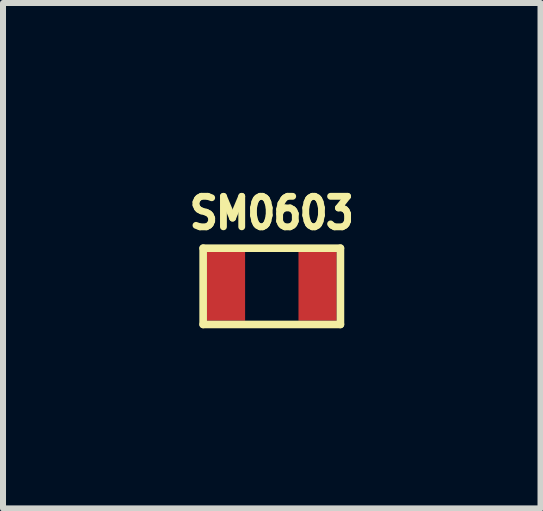
<source format=kicad_pcb>
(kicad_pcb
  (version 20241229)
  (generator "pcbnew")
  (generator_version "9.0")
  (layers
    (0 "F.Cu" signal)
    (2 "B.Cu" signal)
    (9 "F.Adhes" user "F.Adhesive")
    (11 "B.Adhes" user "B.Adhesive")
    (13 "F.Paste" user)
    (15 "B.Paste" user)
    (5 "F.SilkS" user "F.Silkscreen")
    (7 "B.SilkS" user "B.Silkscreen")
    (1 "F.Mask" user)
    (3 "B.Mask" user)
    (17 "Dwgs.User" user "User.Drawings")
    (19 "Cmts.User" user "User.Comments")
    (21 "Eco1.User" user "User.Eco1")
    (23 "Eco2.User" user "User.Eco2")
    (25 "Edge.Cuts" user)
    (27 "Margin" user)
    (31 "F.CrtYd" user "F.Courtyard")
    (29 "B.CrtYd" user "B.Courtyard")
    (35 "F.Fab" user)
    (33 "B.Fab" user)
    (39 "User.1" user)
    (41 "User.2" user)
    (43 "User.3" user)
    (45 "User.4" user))
  (footprint "SM0603"
    (layer "F.Cu")
    (at 1.476 1.718)
    (property "Reference" "SM0603" (at 0 -1.22 0) (layer "F.SilkS") (effects (font (size 0.508 0.457) (thickness 0.114))))
    (attr smd)
    (fp_line (start -1.143 -0.635) (end 1.143 -0.635) (stroke (width 0.127) (type solid)) (layer "F.SilkS"))
    (fp_line (start -1.143 0.635) (end -1.143 -0.635) (stroke (width 0.127) (type solid)) (layer "F.SilkS"))
    (fp_line (start 1.143 -0.635) (end 1.143 0.635) (stroke (width 0.127) (type solid)) (layer "F.SilkS"))
    (fp_line (start 1.143 0.635) (end -1.143 0.635) (stroke (width 0.127) (type solid)) (layer "F.SilkS"))
    (pad "1" smd rect (at -0.762 0) (size 0.635 1.143) (layers "F.Cu" "F.Mask" "F.Paste"))
    (pad "2" smd rect (at 0.762 0) (size 0.635 1.143) (layers "F.Cu" "F.Mask" "F.Paste")))
  (gr_rect
    (start -3 -3)
    (end 5.951 5.416)
    (stroke (width 0.1) (type default))
    (fill no)
    (layer "Edge.Cuts")))
</source>
